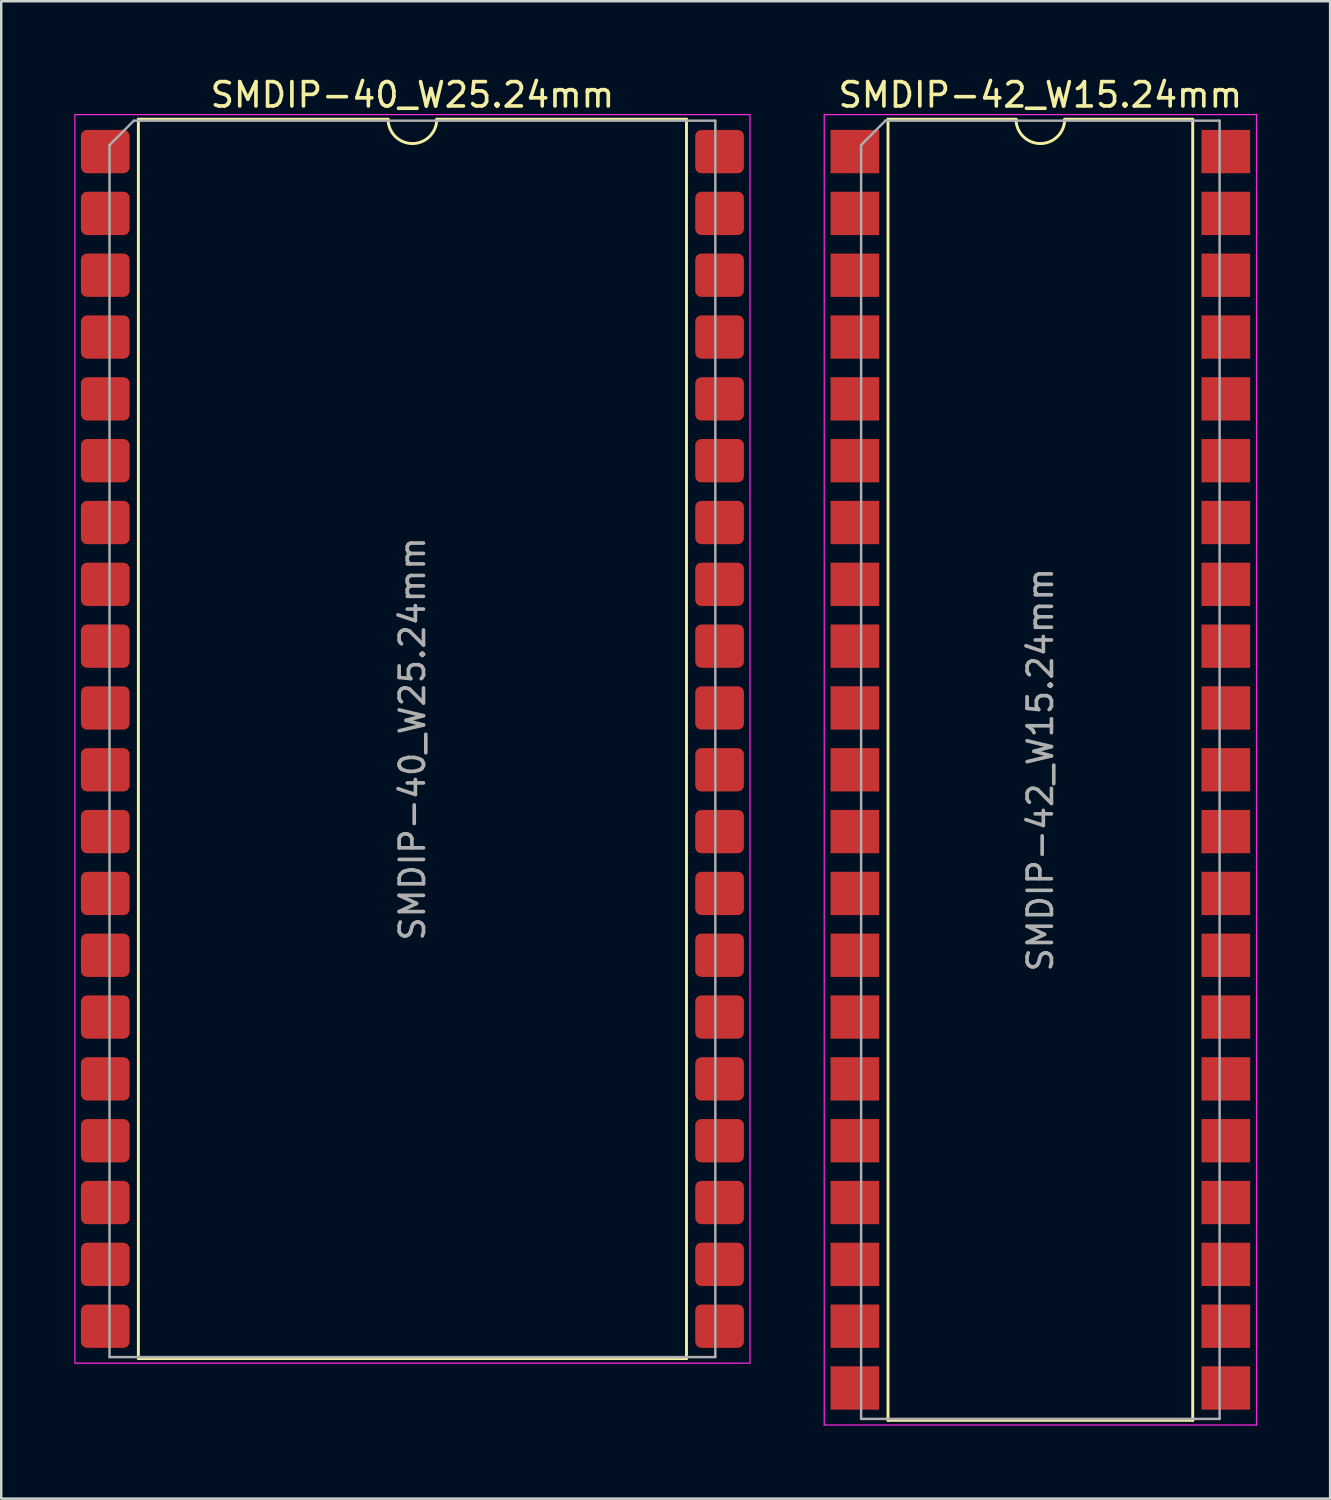
<source format=kicad_pcb>
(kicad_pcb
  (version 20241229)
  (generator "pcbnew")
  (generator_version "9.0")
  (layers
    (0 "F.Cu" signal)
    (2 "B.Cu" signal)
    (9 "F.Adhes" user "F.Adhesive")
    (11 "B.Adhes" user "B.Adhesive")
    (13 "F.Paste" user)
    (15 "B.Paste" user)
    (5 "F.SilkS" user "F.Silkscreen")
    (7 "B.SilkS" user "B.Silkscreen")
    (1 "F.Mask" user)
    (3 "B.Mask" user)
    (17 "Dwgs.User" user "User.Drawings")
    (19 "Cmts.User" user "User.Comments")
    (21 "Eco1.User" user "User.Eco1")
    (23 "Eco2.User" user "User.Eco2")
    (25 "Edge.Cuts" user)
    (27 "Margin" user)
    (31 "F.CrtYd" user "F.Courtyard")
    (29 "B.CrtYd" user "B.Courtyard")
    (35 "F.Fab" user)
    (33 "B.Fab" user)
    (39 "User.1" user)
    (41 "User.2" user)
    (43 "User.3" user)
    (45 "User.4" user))
  (footprint "SMDIP-40_W25.24mm"
    (layer "F.Cu")
    (at 13.895 27.308)
    (property "Reference" "SMDIP-40_W25.24mm" (at 0 -26.46 0) (layer "F.SilkS") (effects (font (size 1 1) (thickness 0.15))))
    (attr smd)
    (fp_line (start -11.26 -25.46) (end -11.26 25.46) (stroke (width 0.12) (type solid)) (layer "F.SilkS"))
    (fp_line (start -11.26 25.46) (end 11.26 25.46) (stroke (width 0.12) (type solid)) (layer "F.SilkS"))
    (fp_line (start -1 -25.46) (end -11.26 -25.46) (stroke (width 0.12) (type solid)) (layer "F.SilkS"))
    (fp_line (start 11.26 -25.46) (end 1 -25.46) (stroke (width 0.12) (type solid)) (layer "F.SilkS"))
    (fp_line (start 11.26 25.46) (end 11.26 -25.46) (stroke (width 0.12) (type solid)) (layer "F.SilkS"))
    (fp_arc (start 1 -25.46) (mid 0 -24.46) (end -1 -25.46) (stroke (width 0.12) (type solid)) (layer "F.SilkS"))
    (fp_rect (start -13.87 -25.65) (end 13.87 25.65) (stroke (width 0.05) (type solid)) (fill no) (layer "F.CrtYd"))
    (fp_line (start -12.445 -24.4) (end -11.445 -25.4) (stroke (width 0.1) (type solid)) (layer "F.Fab"))
    (fp_line (start -12.445 25.4) (end -12.445 -24.4) (stroke (width 0.1) (type solid)) (layer "F.Fab"))
    (fp_line (start -11.445 -25.4) (end 12.445 -25.4) (stroke (width 0.1) (type solid)) (layer "F.Fab"))
    (fp_line (start 12.445 -25.4) (end 12.445 25.4) (stroke (width 0.1) (type solid)) (layer "F.Fab"))
    (fp_line (start 12.445 25.4) (end -12.445 25.4) (stroke (width 0.1) (type solid)) (layer "F.Fab"))
    (fp_text user "${REFERENCE}" (at 0 0 90) (layer "F.Fab") (effects (font (size 1 1) (thickness 0.15))))
    (pad "1" smd roundrect (at -12.62 -24.13) (size 2 1.78) (layers "F.Cu" "F.Mask" "F.Paste") (roundrect_rratio 0.14))
    (pad "2" smd roundrect (at -12.62 -21.59) (size 2 1.78) (layers "F.Cu" "F.Mask" "F.Paste") (roundrect_rratio 0.14))
    (pad "3" smd roundrect (at -12.62 -19.05) (size 2 1.78) (layers "F.Cu" "F.Mask" "F.Paste") (roundrect_rratio 0.14))
    (pad "4" smd roundrect (at -12.62 -16.51) (size 2 1.78) (layers "F.Cu" "F.Mask" "F.Paste") (roundrect_rratio 0.14))
    (pad "5" smd roundrect (at -12.62 -13.97) (size 2 1.78) (layers "F.Cu" "F.Mask" "F.Paste") (roundrect_rratio 0.14))
    (pad "6" smd roundrect (at -12.62 -11.43) (size 2 1.78) (layers "F.Cu" "F.Mask" "F.Paste") (roundrect_rratio 0.14))
    (pad "7" smd roundrect (at -12.62 -8.89) (size 2 1.78) (layers "F.Cu" "F.Mask" "F.Paste") (roundrect_rratio 0.14))
    (pad "8" smd roundrect (at -12.62 -6.35) (size 2 1.78) (layers "F.Cu" "F.Mask" "F.Paste") (roundrect_rratio 0.14))
    (pad "9" smd roundrect (at -12.62 -3.81) (size 2 1.78) (layers "F.Cu" "F.Mask" "F.Paste") (roundrect_rratio 0.14))
    (pad "10" smd roundrect (at -12.62 -1.27) (size 2 1.78) (layers "F.Cu" "F.Mask" "F.Paste") (roundrect_rratio 0.14))
    (pad "11" smd roundrect (at -12.62 1.27) (size 2 1.78) (layers "F.Cu" "F.Mask" "F.Paste") (roundrect_rratio 0.14))
    (pad "12" smd roundrect (at -12.62 3.81) (size 2 1.78) (layers "F.Cu" "F.Mask" "F.Paste") (roundrect_rratio 0.14))
    (pad "13" smd roundrect (at -12.62 6.35) (size 2 1.78) (layers "F.Cu" "F.Mask" "F.Paste") (roundrect_rratio 0.14))
    (pad "14" smd roundrect (at -12.62 8.89) (size 2 1.78) (layers "F.Cu" "F.Mask" "F.Paste") (roundrect_rratio 0.14))
    (pad "15" smd roundrect (at -12.62 11.43) (size 2 1.78) (layers "F.Cu" "F.Mask" "F.Paste") (roundrect_rratio 0.14))
    (pad "16" smd roundrect (at -12.62 13.97) (size 2 1.78) (layers "F.Cu" "F.Mask" "F.Paste") (roundrect_rratio 0.14))
    (pad "17" smd roundrect (at -12.62 16.51) (size 2 1.78) (layers "F.Cu" "F.Mask" "F.Paste") (roundrect_rratio 0.14))
    (pad "18" smd roundrect (at -12.62 19.05) (size 2 1.78) (layers "F.Cu" "F.Mask" "F.Paste") (roundrect_rratio 0.14))
    (pad "19" smd roundrect (at -12.62 21.59) (size 2 1.78) (layers "F.Cu" "F.Mask" "F.Paste") (roundrect_rratio 0.14))
    (pad "20" smd roundrect (at -12.62 24.13) (size 2 1.78) (layers "F.Cu" "F.Mask" "F.Paste") (roundrect_rratio 0.14))
    (pad "21" smd roundrect (at 12.62 24.13) (size 2 1.78) (layers "F.Cu" "F.Mask" "F.Paste") (roundrect_rratio 0.14))
    (pad "22" smd roundrect (at 12.62 21.59) (size 2 1.78) (layers "F.Cu" "F.Mask" "F.Paste") (roundrect_rratio 0.14))
    (pad "23" smd roundrect (at 12.62 19.05) (size 2 1.78) (layers "F.Cu" "F.Mask" "F.Paste") (roundrect_rratio 0.14))
    (pad "24" smd roundrect (at 12.62 16.51) (size 2 1.78) (layers "F.Cu" "F.Mask" "F.Paste") (roundrect_rratio 0.14))
    (pad "25" smd roundrect (at 12.62 13.97) (size 2 1.78) (layers "F.Cu" "F.Mask" "F.Paste") (roundrect_rratio 0.14))
    (pad "26" smd roundrect (at 12.62 11.43) (size 2 1.78) (layers "F.Cu" "F.Mask" "F.Paste") (roundrect_rratio 0.14))
    (pad "27" smd roundrect (at 12.62 8.89) (size 2 1.78) (layers "F.Cu" "F.Mask" "F.Paste") (roundrect_rratio 0.14))
    (pad "28" smd roundrect (at 12.62 6.35) (size 2 1.78) (layers "F.Cu" "F.Mask" "F.Paste") (roundrect_rratio 0.14))
    (pad "29" smd roundrect (at 12.62 3.81) (size 2 1.78) (layers "F.Cu" "F.Mask" "F.Paste") (roundrect_rratio 0.14))
    (pad "30" smd roundrect (at 12.62 1.27) (size 2 1.78) (layers "F.Cu" "F.Mask" "F.Paste") (roundrect_rratio 0.14))
    (pad "31" smd roundrect (at 12.62 -1.27) (size 2 1.78) (layers "F.Cu" "F.Mask" "F.Paste") (roundrect_rratio 0.14))
    (pad "32" smd roundrect (at 12.62 -3.81) (size 2 1.78) (layers "F.Cu" "F.Mask" "F.Paste") (roundrect_rratio 0.14))
    (pad "33" smd roundrect (at 12.62 -6.35) (size 2 1.78) (layers "F.Cu" "F.Mask" "F.Paste") (roundrect_rratio 0.14))
    (pad "34" smd roundrect (at 12.62 -8.89) (size 2 1.78) (layers "F.Cu" "F.Mask" "F.Paste") (roundrect_rratio 0.14))
    (pad "35" smd roundrect (at 12.62 -11.43) (size 2 1.78) (layers "F.Cu" "F.Mask" "F.Paste") (roundrect_rratio 0.14))
    (pad "36" smd roundrect (at 12.62 -13.97) (size 2 1.78) (layers "F.Cu" "F.Mask" "F.Paste") (roundrect_rratio 0.14))
    (pad "37" smd roundrect (at 12.62 -16.51) (size 2 1.78) (layers "F.Cu" "F.Mask" "F.Paste") (roundrect_rratio 0.14))
    (pad "38" smd roundrect (at 12.62 -19.05) (size 2 1.78) (layers "F.Cu" "F.Mask" "F.Paste") (roundrect_rratio 0.14))
    (pad "39" smd roundrect (at 12.62 -21.59) (size 2 1.78) (layers "F.Cu" "F.Mask" "F.Paste") (roundrect_rratio 0.14))
    (pad "40" smd roundrect (at 12.62 -24.13) (size 2 1.78) (layers "F.Cu" "F.Mask" "F.Paste") (roundrect_rratio 0.14)))
  (footprint "SMDIP-42_W15.24mm"
    (layer "F.Cu")
    (at 39.695 28.578)
    (property "Reference" "SMDIP-42_W15.24mm" (at 0 -27.73 0) (layer "F.SilkS") (effects (font (size 1 1) (thickness 0.15))))
    (attr smd)
    (fp_line (start -6.26 -26.73) (end -6.26 26.73) (stroke (width 0.12) (type solid)) (layer "F.SilkS"))
    (fp_line (start -6.26 26.73) (end 6.26 26.73) (stroke (width 0.12) (type solid)) (layer "F.SilkS"))
    (fp_line (start -1 -26.73) (end -6.26 -26.73) (stroke (width 0.12) (type solid)) (layer "F.SilkS"))
    (fp_line (start 6.26 -26.73) (end 1 -26.73) (stroke (width 0.12) (type solid)) (layer "F.SilkS"))
    (fp_line (start 6.26 26.73) (end 6.26 -26.73) (stroke (width 0.12) (type solid)) (layer "F.SilkS"))
    (fp_arc (start 1 -26.73) (mid 0 -25.73) (end -1 -26.73) (stroke (width 0.12) (type solid)) (layer "F.SilkS"))
    (fp_line (start -8.88 -26.92) (end -8.88 26.92) (stroke (width 0.05) (type solid)) (layer "F.CrtYd"))
    (fp_line (start -8.88 26.92) (end 8.88 26.92) (stroke (width 0.05) (type solid)) (layer "F.CrtYd"))
    (fp_line (start 8.88 -26.92) (end -8.88 -26.92) (stroke (width 0.05) (type solid)) (layer "F.CrtYd"))
    (fp_line (start 8.88 26.92) (end 8.88 -26.92) (stroke (width 0.05) (type solid)) (layer "F.CrtYd"))
    (fp_line (start -7.365 -25.67) (end -6.365 -26.67) (stroke (width 0.1) (type solid)) (layer "F.Fab"))
    (fp_line (start -7.365 26.67) (end -7.365 -25.67) (stroke (width 0.1) (type solid)) (layer "F.Fab"))
    (fp_line (start -6.365 -26.67) (end 7.365 -26.67) (stroke (width 0.1) (type solid)) (layer "F.Fab"))
    (fp_line (start 7.365 -26.67) (end 7.365 26.67) (stroke (width 0.1) (type solid)) (layer "F.Fab"))
    (fp_line (start 7.365 26.67) (end -7.365 26.67) (stroke (width 0.1) (type solid)) (layer "F.Fab"))
    (fp_text user "${REFERENCE}" (at 0 0 90) (layer "F.Fab") (effects (font (size 1 1) (thickness 0.15))))
    (pad "1" smd rect (at -7.62 -25.4) (size 2 1.78) (layers "F.Cu" "F.Mask" "F.Paste"))
    (pad "2" smd rect (at -7.62 -22.86) (size 2 1.78) (layers "F.Cu" "F.Mask" "F.Paste"))
    (pad "3" smd rect (at -7.62 -20.32) (size 2 1.78) (layers "F.Cu" "F.Mask" "F.Paste"))
    (pad "4" smd rect (at -7.62 -17.78) (size 2 1.78) (layers "F.Cu" "F.Mask" "F.Paste"))
    (pad "5" smd rect (at -7.62 -15.24) (size 2 1.78) (layers "F.Cu" "F.Mask" "F.Paste"))
    (pad "6" smd rect (at -7.62 -12.7) (size 2 1.78) (layers "F.Cu" "F.Mask" "F.Paste"))
    (pad "7" smd rect (at -7.62 -10.16) (size 2 1.78) (layers "F.Cu" "F.Mask" "F.Paste"))
    (pad "8" smd rect (at -7.62 -7.62) (size 2 1.78) (layers "F.Cu" "F.Mask" "F.Paste"))
    (pad "9" smd rect (at -7.62 -5.08) (size 2 1.78) (layers "F.Cu" "F.Mask" "F.Paste"))
    (pad "10" smd rect (at -7.62 -2.54) (size 2 1.78) (layers "F.Cu" "F.Mask" "F.Paste"))
    (pad "11" smd rect (at -7.62 0) (size 2 1.78) (layers "F.Cu" "F.Mask" "F.Paste"))
    (pad "12" smd rect (at -7.62 2.54) (size 2 1.78) (layers "F.Cu" "F.Mask" "F.Paste"))
    (pad "13" smd rect (at -7.62 5.08) (size 2 1.78) (layers "F.Cu" "F.Mask" "F.Paste"))
    (pad "14" smd rect (at -7.62 7.62) (size 2 1.78) (layers "F.Cu" "F.Mask" "F.Paste"))
    (pad "15" smd rect (at -7.62 10.16) (size 2 1.78) (layers "F.Cu" "F.Mask" "F.Paste"))
    (pad "16" smd rect (at -7.62 12.7) (size 2 1.78) (layers "F.Cu" "F.Mask" "F.Paste"))
    (pad "17" smd rect (at -7.62 15.24) (size 2 1.78) (layers "F.Cu" "F.Mask" "F.Paste"))
    (pad "18" smd rect (at -7.62 17.78) (size 2 1.78) (layers "F.Cu" "F.Mask" "F.Paste"))
    (pad "19" smd rect (at -7.62 20.32) (size 2 1.78) (layers "F.Cu" "F.Mask" "F.Paste"))
    (pad "20" smd rect (at -7.62 22.86) (size 2 1.78) (layers "F.Cu" "F.Mask" "F.Paste"))
    (pad "21" smd rect (at -7.62 25.4) (size 2 1.78) (layers "F.Cu" "F.Mask" "F.Paste"))
    (pad "22" smd rect (at 7.62 25.4) (size 2 1.78) (layers "F.Cu" "F.Mask" "F.Paste"))
    (pad "23" smd rect (at 7.62 22.86) (size 2 1.78) (layers "F.Cu" "F.Mask" "F.Paste"))
    (pad "24" smd rect (at 7.62 20.32) (size 2 1.78) (layers "F.Cu" "F.Mask" "F.Paste"))
    (pad "25" smd rect (at 7.62 17.78) (size 2 1.78) (layers "F.Cu" "F.Mask" "F.Paste"))
    (pad "26" smd rect (at 7.62 15.24) (size 2 1.78) (layers "F.Cu" "F.Mask" "F.Paste"))
    (pad "27" smd rect (at 7.62 12.7) (size 2 1.78) (layers "F.Cu" "F.Mask" "F.Paste"))
    (pad "28" smd rect (at 7.62 10.16) (size 2 1.78) (layers "F.Cu" "F.Mask" "F.Paste"))
    (pad "29" smd rect (at 7.62 7.62) (size 2 1.78) (layers "F.Cu" "F.Mask" "F.Paste"))
    (pad "30" smd rect (at 7.62 5.08) (size 2 1.78) (layers "F.Cu" "F.Mask" "F.Paste"))
    (pad "31" smd rect (at 7.62 2.54) (size 2 1.78) (layers "F.Cu" "F.Mask" "F.Paste"))
    (pad "32" smd rect (at 7.62 0) (size 2 1.78) (layers "F.Cu" "F.Mask" "F.Paste"))
    (pad "33" smd rect (at 7.62 -2.54) (size 2 1.78) (layers "F.Cu" "F.Mask" "F.Paste"))
    (pad "34" smd rect (at 7.62 -5.08) (size 2 1.78) (layers "F.Cu" "F.Mask" "F.Paste"))
    (pad "35" smd rect (at 7.62 -7.62) (size 2 1.78) (layers "F.Cu" "F.Mask" "F.Paste"))
    (pad "36" smd rect (at 7.62 -10.16) (size 2 1.78) (layers "F.Cu" "F.Mask" "F.Paste"))
    (pad "37" smd rect (at 7.62 -12.7) (size 2 1.78) (layers "F.Cu" "F.Mask" "F.Paste"))
    (pad "38" smd rect (at 7.62 -15.24) (size 2 1.78) (layers "F.Cu" "F.Mask" "F.Paste"))
    (pad "39" smd rect (at 7.62 -17.78) (size 2 1.78) (layers "F.Cu" "F.Mask" "F.Paste"))
    (pad "40" smd rect (at 7.62 -20.32) (size 2 1.78) (layers "F.Cu" "F.Mask" "F.Paste"))
    (pad "41" smd rect (at 7.62 -22.86) (size 2 1.78) (layers "F.Cu" "F.Mask" "F.Paste"))
    (pad "42" smd rect (at 7.62 -25.4) (size 2 1.78) (layers "F.Cu" "F.Mask" "F.Paste")))
  (gr_rect
    (start -3 -3)
    (end 51.6 58.523)
    (stroke (width 0.1) (type default))
    (fill no)
    (layer "Edge.Cuts")))
</source>
